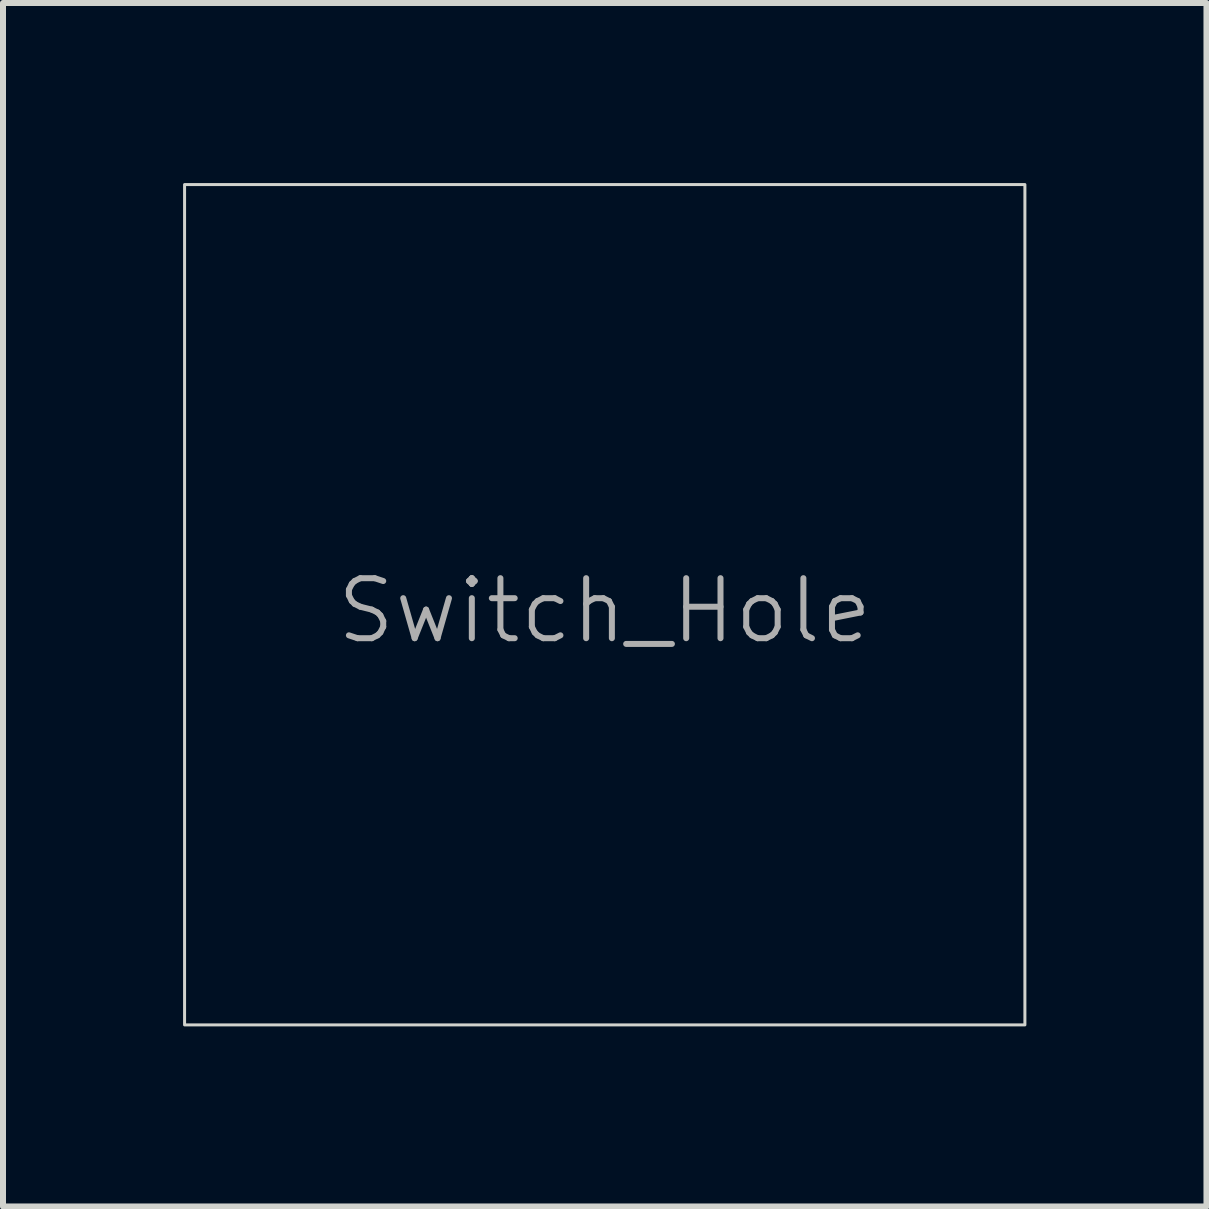
<source format=kicad_pcb>
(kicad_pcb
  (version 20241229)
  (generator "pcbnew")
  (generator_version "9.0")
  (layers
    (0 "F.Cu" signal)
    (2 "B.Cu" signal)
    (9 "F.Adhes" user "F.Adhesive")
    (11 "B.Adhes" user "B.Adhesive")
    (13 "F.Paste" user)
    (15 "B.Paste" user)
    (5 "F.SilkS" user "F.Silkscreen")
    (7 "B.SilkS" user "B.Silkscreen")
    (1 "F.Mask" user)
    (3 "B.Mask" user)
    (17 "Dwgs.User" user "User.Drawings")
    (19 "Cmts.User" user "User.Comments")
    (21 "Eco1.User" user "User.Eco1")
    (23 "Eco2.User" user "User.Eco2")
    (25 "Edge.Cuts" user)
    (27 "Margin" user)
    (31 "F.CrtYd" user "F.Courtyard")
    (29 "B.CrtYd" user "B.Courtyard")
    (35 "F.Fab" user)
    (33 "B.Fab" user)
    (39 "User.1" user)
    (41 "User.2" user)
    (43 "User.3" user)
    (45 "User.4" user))
  (footprint "Switch_Hole"
    (layer "F.Cu")
    (at 7.025 7.025)
    (property "Reference" "Switch_Hole" (at 0 0.1 0) (unlocked yes) (layer "F.Fab") (effects (font (size 1 1) (thickness 0.1))))
    (attr through_hole)
    (fp_rect (start -7 -7) (end 7 7) (stroke (width 0.05) (type solid)) (fill no) (layer "Edge.Cuts")))
  (gr_rect
    (start -3 -3)
    (end 17.05 17.05)
    (stroke (width 0.1) (type default))
    (fill no)
    (layer "Edge.Cuts")))
</source>
